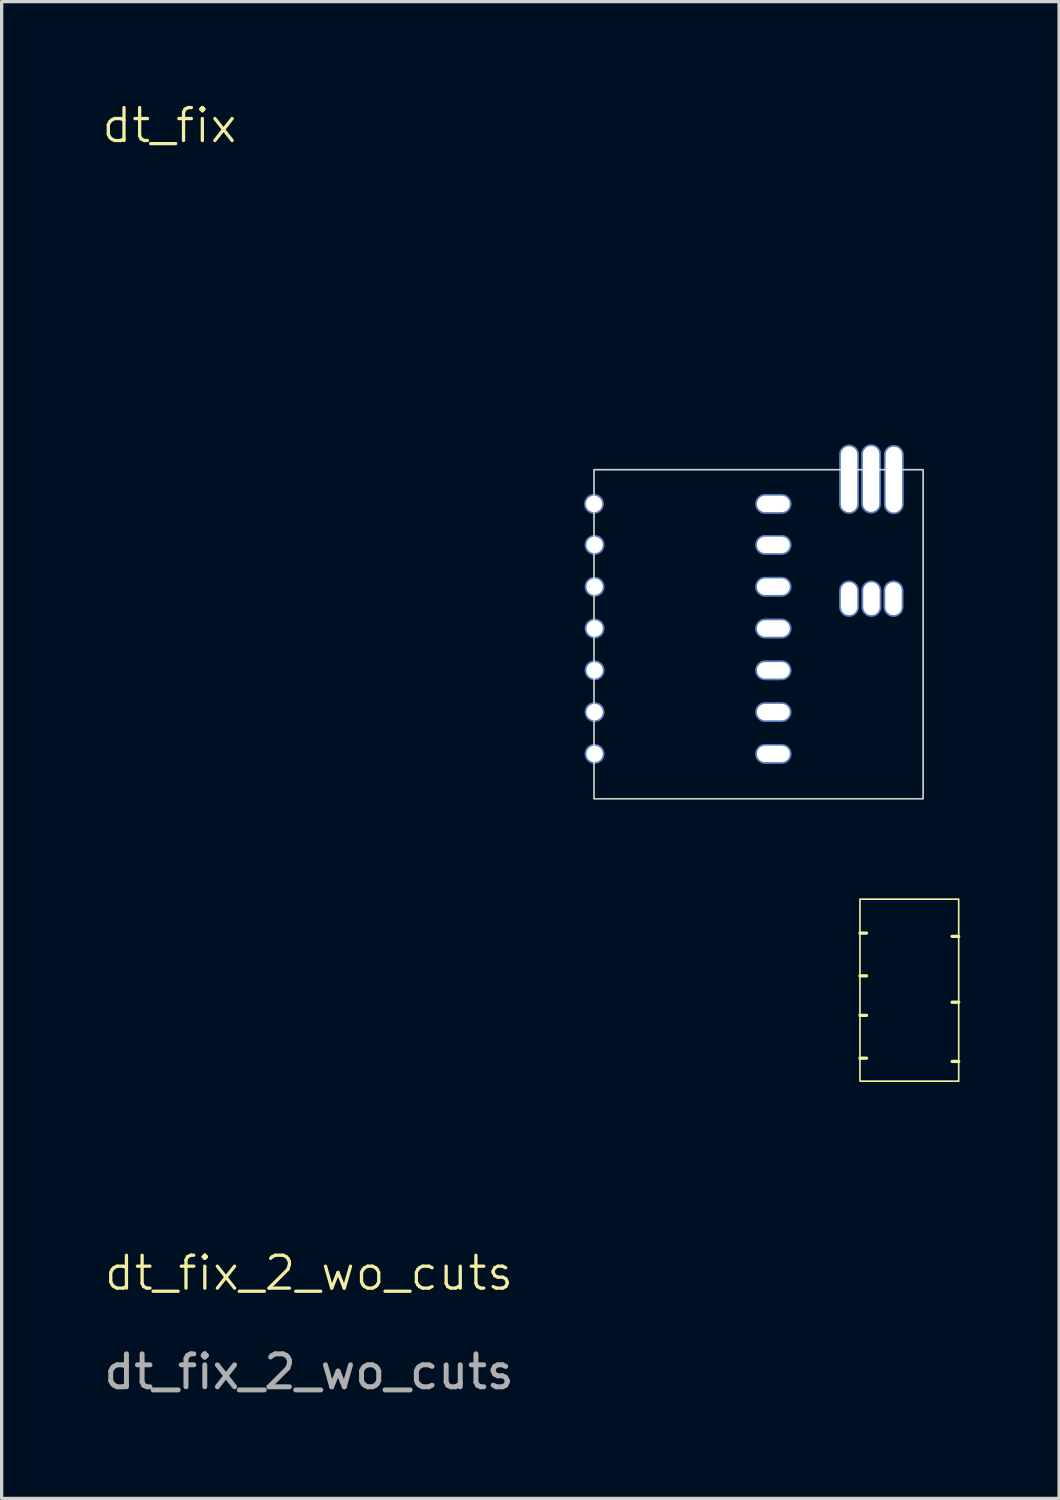
<source format=kicad_pcb>
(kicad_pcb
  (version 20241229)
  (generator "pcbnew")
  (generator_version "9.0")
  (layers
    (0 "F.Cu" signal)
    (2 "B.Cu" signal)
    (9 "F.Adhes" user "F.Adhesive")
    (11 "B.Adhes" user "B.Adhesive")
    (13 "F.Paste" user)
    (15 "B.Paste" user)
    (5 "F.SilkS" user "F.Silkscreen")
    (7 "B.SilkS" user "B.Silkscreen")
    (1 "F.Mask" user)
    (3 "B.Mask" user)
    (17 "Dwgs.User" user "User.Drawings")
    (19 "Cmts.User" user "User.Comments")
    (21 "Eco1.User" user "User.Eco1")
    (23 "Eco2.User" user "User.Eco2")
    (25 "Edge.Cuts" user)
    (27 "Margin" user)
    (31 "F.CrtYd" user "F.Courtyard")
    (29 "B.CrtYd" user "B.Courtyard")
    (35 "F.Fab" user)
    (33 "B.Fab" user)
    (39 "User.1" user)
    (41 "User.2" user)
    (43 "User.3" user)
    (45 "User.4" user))
  (footprint "dt_fix_2_wo_cuts"
    (layer "F.Cu")
    (at 24.579 26.701)
    (property "Reference" "dt_fix_2_wo_cuts" (at -18.24 8.93 0) (unlocked yes) (layer "F.SilkS") (effects (font (size 1 1) (thickness 0.1))))
    (attr smd)
    (fp_line (start -1.5 -1.4) (end -1.3 -1.4) (stroke (width 0.1) (type default)) (layer "F.SilkS"))
    (fp_line (start -1.5 -0.1) (end -1.3 -0.1) (stroke (width 0.1) (type default)) (layer "F.SilkS"))
    (fp_line (start -1.5 1.1) (end -1.3 1.1) (stroke (width 0.1) (type default)) (layer "F.SilkS"))
    (fp_line (start -1.5 2.4) (end -1.3 2.4) (stroke (width 0.1) (type default)) (layer "F.SilkS"))
    (fp_line (start 1.5 -1.3) (end 1.3 -1.3) (stroke (width 0.1) (type default)) (layer "F.SilkS"))
    (fp_line (start 1.5 0.7) (end 1.3 0.7) (stroke (width 0.1) (type default)) (layer "F.SilkS"))
    (fp_line (start 1.5 2.5) (end 1.3 2.5) (stroke (width 0.1) (type default)) (layer "F.SilkS"))
    (fp_rect (start -1.5 -2.43) (end 1.5 3.1) (stroke (width 0.05) (type default)) (fill no) (layer "F.SilkS"))
    (fp_poly (pts (xy -0.638 0.76) (xy -0.638 -0.892) (xy 0.7 -0.892) (xy 0.7 0.76)) (stroke (width 0.1) (type solid)) (fill no) (layer "User.1"))
    (fp_poly (pts (xy -0.534 -1.098) (xy -0.558 -1.103) (xy -0.579 -1.117) (xy -0.593 -1.138) (xy -0.598 -1.162) (xy -0.598 -1.858) (xy -0.593 -1.882) (xy -0.579 -1.903) (xy -0.558 -1.917) (xy -0.534 -1.922) (xy -0.406 -1.922) (xy -0.382 -1.917) (xy -0.361 -1.903) (xy -0.347 -1.882) (xy -0.342 -1.858) (xy -0.342 -1.162) (xy -0.347 -1.138) (xy -0.361 -1.117) (xy -0.382 -1.103) (xy -0.406 -1.098)) (stroke (width 0.1) (type solid)) (fill no) (layer "User.1"))
    (fp_poly (pts (xy -0.531 1.78) (xy -0.556 1.775) (xy -0.576 1.761) (xy -0.59 1.741) (xy -0.595 1.716) (xy -0.595 1.021) (xy -0.59 0.996) (xy -0.576 0.976) (xy -0.556 0.962) (xy -0.531 0.957) (xy -0.404 0.957) (xy -0.379 0.962) (xy -0.359 0.976) (xy -0.345 0.996) (xy -0.34 1.021) (xy -0.34 1.716) (xy -0.345 1.741) (xy -0.359 1.761) (xy -0.379 1.775) (xy -0.404 1.78)) (stroke (width 0.1) (type solid)) (fill no) (layer "User.1"))
    (fp_poly (pts (xy -0.034 -1.098) (xy -0.058 -1.103) (xy -0.079 -1.117) (xy -0.093 -1.138) (xy -0.098 -1.162) (xy -0.098 -1.858) (xy -0.093 -1.882) (xy -0.079 -1.903) (xy -0.058 -1.917) (xy -0.034 -1.922) (xy 0.094 -1.922) (xy 0.118 -1.917) (xy 0.139 -1.903) (xy 0.153 -1.882) (xy 0.158 -1.858) (xy 0.158 -1.162) (xy 0.153 -1.138) (xy 0.139 -1.117) (xy 0.118 -1.103) (xy 0.094 -1.098)) (stroke (width 0.1) (type solid)) (fill no) (layer "User.1"))
    (fp_poly (pts (xy -0.034 1.78) (xy -0.058 1.775) (xy -0.079 1.761) (xy -0.093 1.741) (xy -0.098 1.716) (xy -0.098 1.021) (xy -0.093 0.996) (xy -0.079 0.976) (xy -0.058 0.962) (xy -0.034 0.957) (xy 0.094 0.957) (xy 0.118 0.962) (xy 0.139 0.976) (xy 0.153 0.996) (xy 0.158 1.021) (xy 0.158 1.716) (xy 0.153 1.741) (xy 0.139 1.761) (xy 0.118 1.775) (xy 0.094 1.78)) (stroke (width 0.1) (type solid)) (fill no) (layer "User.1"))
    (fp_poly (pts (xy 0.466 -1.098) (xy 0.442 -1.103) (xy 0.421 -1.117) (xy 0.407 -1.138) (xy 0.402 -1.162) (xy 0.402 -1.858) (xy 0.407 -1.882) (xy 0.421 -1.903) (xy 0.442 -1.917) (xy 0.466 -1.922) (xy 0.594 -1.922) (xy 0.618 -1.917) (xy 0.639 -1.903) (xy 0.653 -1.882) (xy 0.658 -1.858) (xy 0.658 -1.162) (xy 0.653 -1.138) (xy 0.639 -1.117) (xy 0.618 -1.103) (xy 0.594 -1.098)) (stroke (width 0.1) (type solid)) (fill no) (layer "User.1"))
    (fp_poly (pts (xy 0.466 1.78) (xy 0.442 1.775) (xy 0.421 1.761) (xy 0.407 1.741) (xy 0.402 1.716) (xy 0.402 1.021) (xy 0.407 0.996) (xy 0.421 0.976) (xy 0.442 0.962) (xy 0.466 0.957) (xy 0.594 0.957) (xy 0.618 0.962) (xy 0.639 0.976) (xy 0.653 0.996) (xy 0.658 1.021) (xy 0.658 1.716) (xy 0.653 1.741) (xy 0.639 1.761) (xy 0.618 1.775) (xy 0.594 1.78)) (stroke (width 0.1) (type solid)) (fill no) (layer "User.1"))
    (fp_text user "${REFERENCE}" (at -18.24 11.93 0) (unlocked yes) (layer "F.Fab") (effects (font (size 1 1) (thickness 0.15)))))
  (footprint "dt_fix"
    (layer "F.Cu")
    (at 23.398 13.761)
    (property "Reference" "dt_fix" (at -21.3 -13 0) (unlocked yes) (layer "F.SilkS") (effects (font (size 1 1) (thickness 0.1))))
    (attr through_hole)
    (fp_rect (start -8.4 -2.54) (end 1.6 7.46) (stroke (width 0.05) (type default)) (fill no) (layer "Edge.Cuts"))
    (pad "1" thru_hole oval (at -2.95 6.096) (size 1.1 0.6) (drill oval 1 0.5) (layers "*.Cu" "*.Mask"))
    (pad "2" thru_hole oval (at -2.95 4.826) (size 1.1 0.6) (drill oval 1 0.5) (layers "*.Cu" "*.Mask"))
    (pad "3" thru_hole oval (at -2.95 3.556) (size 1.1 0.6) (drill oval 1 0.5) (layers "*.Cu" "*.Mask"))
    (pad "4" thru_hole oval (at -2.95 2.286) (size 1.1 0.6) (drill oval 1 0.5) (layers "*.Cu" "*.Mask"))
    (pad "5" thru_hole oval (at -2.95 1.016) (size 1.1 0.6) (drill oval 1 0.5) (layers "*.Cu" "*.Mask"))
    (pad "6" thru_hole oval (at -2.95 -0.254) (size 1.1 0.6) (drill oval 1 0.5) (layers "*.Cu" "*.Mask"))
    (pad "7" thru_hole oval (at -2.95 -1.5) (size 1.1 0.6) (drill oval 1 0.5) (layers "*.Cu" "*.Mask"))
    (pad "8" thru_hole circle (at -8.4 -1.5) (size 0.6 0.6) (drill 0.5) (layers "*.Cu" "*.Mask"))
    (pad "9" thru_hole circle (at -8.382 -0.254) (size 0.6 0.6) (drill 0.5) (layers "*.Cu" "*.Mask"))
    (pad "10" thru_hole circle (at -8.382 1.016) (size 0.6 0.6) (drill 0.5) (layers "*.Cu" "*.Mask"))
    (pad "11" thru_hole circle (at -8.382 2.286) (size 0.6 0.6) (drill 0.5) (layers "*.Cu" "*.Mask"))
    (pad "12" thru_hole circle (at -8.382 3.556) (size 0.6 0.6) (drill 0.5) (layers "*.Cu" "*.Mask"))
    (pad "13" thru_hole circle (at -8.382 4.826) (size 0.6 0.6) (drill 0.5) (layers "*.Cu" "*.Mask"))
    (pad "14" thru_hole circle (at -8.382 6.096) (size 0.6 0.6) (drill 0.5) (layers "*.Cu" "*.Mask"))
    (pad "15" thru_hole oval (at -0.65 1.38 90) (size 1.1 0.6) (drill oval 1 0.5) (layers "*.Cu" "*.Mask"))
    (pad "16" thru_hole oval (at 0.03 1.38 90) (size 1.1 0.6) (drill oval 1 0.5) (layers "*.Cu" "*.Mask"))
    (pad "17" thru_hole oval (at 0.7 1.38 90) (size 1.1 0.6) (drill oval 1 0.5) (layers "*.Cu" "*.Mask"))
    (pad "18" thru_hole oval (at 0.71 -2.24 90) (size 2.1 0.6) (drill oval 2 0.5) (layers "*.Cu" "*.Mask"))
    (pad "19" thru_hole oval (at 0.02 -2.26 90) (size 2.1 0.6) (drill oval 2 0.5) (layers "*.Cu" "*.Mask"))
    (pad "20" thru_hole oval (at -0.65 -2.25 90) (size 2.1 0.6) (drill oval 2 0.5) (layers "*.Cu" "*.Mask")))
  (gr_rect
    (start -3 -3)
    (end 29.129 42.479)
    (stroke (width 0.1) (type default))
    (fill no)
    (layer "Edge.Cuts")))
</source>
